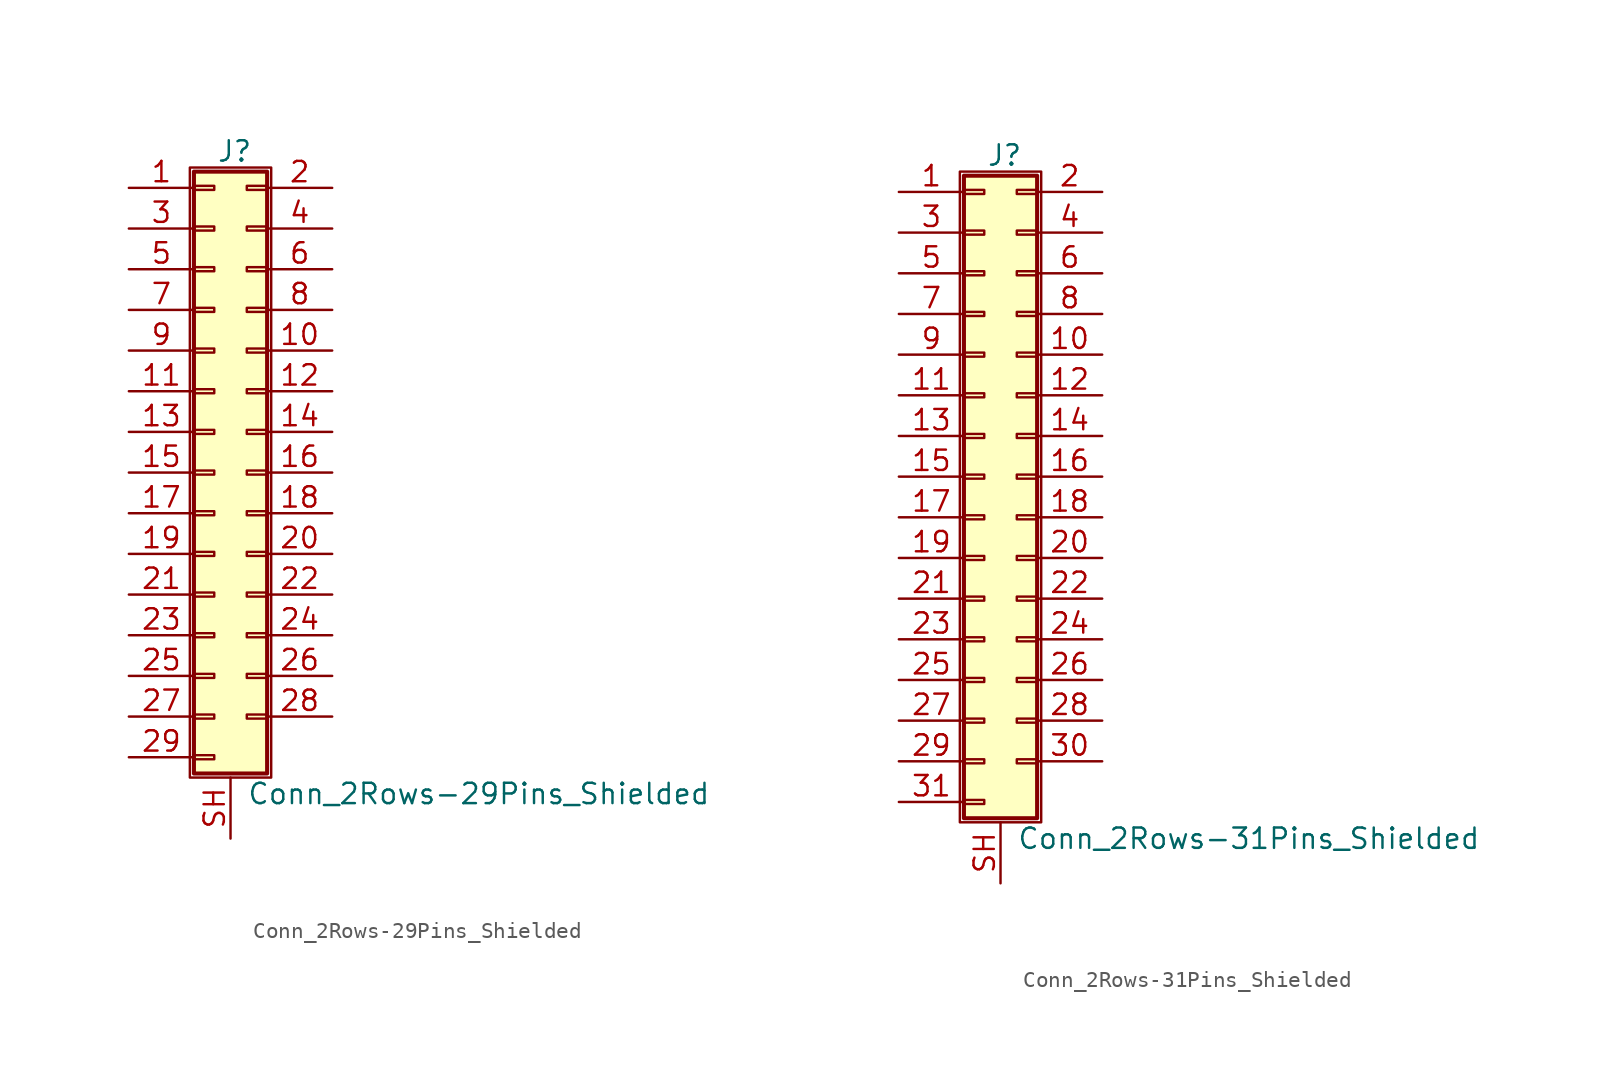
<source format=kicad_sym>
(kicad_symbol_lib
  (version 20201005)
  (generator kicad_symbol_editor)
  (symbol "Conn_2Rows-29Pins_Shielded"
    (pin_names
      (offset 1.016) hide)
    (property "Reference" "J"
      (at 1.524 20.066 0)
      (effects (font (size 1.27 1.27))))
    (property "Value" "Conn_2Rows-29Pins_Shielded"
      (at 2.286 -20.066 0)
      (effects (font (size 1.27 1.27)) (justify left)))
    (symbol "Conn_2Rows-29Pins_Shielded_1_1"
      (rectangle (start -1.27 19.05) (end 3.81 -19.05) (stroke (width 0.152)) (fill (type none)))
      (rectangle (start -1.016 -17.653) (end 0.254 -17.907) (stroke (width 0.152)) (fill (type none)))
      (rectangle (start -1.016 -15.113) (end 0.254 -15.367) (stroke (width 0.152)) (fill (type none)))
      (rectangle (start -1.016 -12.573) (end 0.254 -12.827) (stroke (width 0.152)) (fill (type none)))
      (rectangle (start -1.016 -10.033) (end 0.254 -10.287) (stroke (width 0.152)) (fill (type none)))
      (rectangle (start -1.016 -7.493) (end 0.254 -7.747) (stroke (width 0.152)) (fill (type none)))
      (rectangle (start -1.016 -4.953) (end 0.254 -5.207) (stroke (width 0.152)) (fill (type none)))
      (rectangle (start -1.016 -2.413) (end 0.254 -2.667) (stroke (width 0.152)) (fill (type none)))
      (rectangle (start -1.016 0.127) (end 0.254 -0.127) (stroke (width 0.152)) (fill (type none)))
      (rectangle (start -1.016 2.667) (end 0.254 2.413) (stroke (width 0.152)) (fill (type none)))
      (rectangle (start -1.016 5.207) (end 0.254 4.953) (stroke (width 0.152)) (fill (type none)))
      (rectangle (start -1.016 7.747) (end 0.254 7.493) (stroke (width 0.152)) (fill (type none)))
      (rectangle (start -1.016 10.287) (end 0.254 10.033) (stroke (width 0.152)) (fill (type none)))
      (rectangle (start -1.016 12.827) (end 0.254 12.573) (stroke (width 0.152)) (fill (type none)))
      (rectangle (start -1.016 15.367) (end 0.254 15.113) (stroke (width 0.152)) (fill (type none)))
      (rectangle (start -1.016 17.907) (end 0.254 17.653) (stroke (width 0.152)) (fill (type none)))
      (rectangle (start 3.556 -15.113) (end 2.286 -15.367) (stroke (width 0.152)) (fill (type none)))
      (rectangle (start 3.556 -12.573) (end 2.286 -12.827) (stroke (width 0.152)) (fill (type none)))
      (rectangle (start 3.556 -10.033) (end 2.286 -10.287) (stroke (width 0.152)) (fill (type none)))
      (rectangle (start 3.556 -7.493) (end 2.286 -7.747) (stroke (width 0.152)) (fill (type none)))
      (rectangle (start 3.556 -4.953) (end 2.286 -5.207) (stroke (width 0.152)) (fill (type none)))
      (rectangle (start 3.556 -2.413) (end 2.286 -2.667) (stroke (width 0.152)) (fill (type none)))
      (rectangle (start 3.556 0.127) (end 2.286 -0.127) (stroke (width 0.152)) (fill (type none)))
      (rectangle (start 3.556 2.667) (end 2.286 2.413) (stroke (width 0.152)) (fill (type none)))
      (rectangle (start 3.556 5.207) (end 2.286 4.953) (stroke (width 0.152)) (fill (type none)))
      (rectangle (start 3.556 7.747) (end 2.286 7.493) (stroke (width 0.152)) (fill (type none)))
      (rectangle (start 3.556 10.287) (end 2.286 10.033) (stroke (width 0.152)) (fill (type none)))
      (rectangle (start 3.556 12.827) (end 2.286 12.573) (stroke (width 0.152)) (fill (type none)))
      (rectangle (start 3.556 15.367) (end 2.286 15.113) (stroke (width 0.152)) (fill (type none)))
      (rectangle (start 3.556 17.907) (end 2.286 17.653) (stroke (width 0.152)) (fill (type none)))
      (rectangle (start -1.016 18.796) (end 3.556 -18.796) (stroke (width 0.254)) (fill (type background)))
      (pin passive line (at -5.08 17.78 0) (length 4.064) (name "Pin_1" (effects (font (size 1.27 1.27)))) (number "1" (effects (font (size 1.27 1.27)))))
      (pin passive line (at 7.62 7.62 180) (length 4.064) (name "Pin_10" (effects (font (size 1.27 1.27)))) (number "10" (effects (font (size 1.27 1.27)))))
      (pin passive line (at -5.08 5.08 0) (length 4.064) (name "Pin_11" (effects (font (size 1.27 1.27)))) (number "11" (effects (font (size 1.27 1.27)))))
      (pin passive line (at 7.62 5.08 180) (length 4.064) (name "Pin_12" (effects (font (size 1.27 1.27)))) (number "12" (effects (font (size 1.27 1.27)))))
      (pin passive line (at -5.08 2.54 0) (length 4.064) (name "Pin_13" (effects (font (size 1.27 1.27)))) (number "13" (effects (font (size 1.27 1.27)))))
      (pin passive line (at 7.62 2.54 180) (length 4.064) (name "Pin_14" (effects (font (size 1.27 1.27)))) (number "14" (effects (font (size 1.27 1.27)))))
      (pin passive line (at -5.08 0 0) (length 4.064) (name "Pin_15" (effects (font (size 1.27 1.27)))) (number "15" (effects (font (size 1.27 1.27)))))
      (pin passive line (at 7.62 0 180) (length 4.064) (name "Pin_16" (effects (font (size 1.27 1.27)))) (number "16" (effects (font (size 1.27 1.27)))))
      (pin passive line (at -5.08 -2.54 0) (length 4.064) (name "Pin_17" (effects (font (size 1.27 1.27)))) (number "17" (effects (font (size 1.27 1.27)))))
      (pin passive line (at 7.62 -2.54 180) (length 4.064) (name "Pin_18" (effects (font (size 1.27 1.27)))) (number "18" (effects (font (size 1.27 1.27)))))
      (pin passive line (at -5.08 -5.08 0) (length 4.064) (name "Pin_19" (effects (font (size 1.27 1.27)))) (number "19" (effects (font (size 1.27 1.27)))))
      (pin passive line (at 7.62 17.78 180) (length 4.064) (name "Pin_2" (effects (font (size 1.27 1.27)))) (number "2" (effects (font (size 1.27 1.27)))))
      (pin passive line (at 7.62 -5.08 180) (length 4.064) (name "Pin_20" (effects (font (size 1.27 1.27)))) (number "20" (effects (font (size 1.27 1.27)))))
      (pin passive line (at -5.08 -7.62 0) (length 4.064) (name "Pin_21" (effects (font (size 1.27 1.27)))) (number "21" (effects (font (size 1.27 1.27)))))
      (pin passive line (at 7.62 -7.62 180) (length 4.064) (name "Pin_22" (effects (font (size 1.27 1.27)))) (number "22" (effects (font (size 1.27 1.27)))))
      (pin passive line (at -5.08 -10.16 0) (length 4.064) (name "Pin_23" (effects (font (size 1.27 1.27)))) (number "23" (effects (font (size 1.27 1.27)))))
      (pin passive line (at 7.62 -10.16 180) (length 4.064) (name "Pin_24" (effects (font (size 1.27 1.27)))) (number "24" (effects (font (size 1.27 1.27)))))
      (pin passive line (at -5.08 -12.7 0) (length 4.064) (name "Pin_25" (effects (font (size 1.27 1.27)))) (number "25" (effects (font (size 1.27 1.27)))))
      (pin passive line (at 7.62 -12.7 180) (length 4.064) (name "Pin_26" (effects (font (size 1.27 1.27)))) (number "26" (effects (font (size 1.27 1.27)))))
      (pin passive line (at -5.08 -15.24 0) (length 4.064) (name "Pin_27" (effects (font (size 1.27 1.27)))) (number "27" (effects (font (size 1.27 1.27)))))
      (pin passive line (at 7.62 -15.24 180) (length 4.064) (name "Pin_28" (effects (font (size 1.27 1.27)))) (number "28" (effects (font (size 1.27 1.27)))))
      (pin passive line (at -5.08 -17.78 0) (length 4.064) (name "Pin_29" (effects (font (size 1.27 1.27)))) (number "29" (effects (font (size 1.27 1.27)))))
      (pin passive line (at -5.08 15.24 0) (length 4.064) (name "Pin_3" (effects (font (size 1.27 1.27)))) (number "3" (effects (font (size 1.27 1.27)))))
      (pin passive line (at 7.62 15.24 180) (length 4.064) (name "Pin_4" (effects (font (size 1.27 1.27)))) (number "4" (effects (font (size 1.27 1.27)))))
      (pin passive line (at -5.08 12.7 0) (length 4.064) (name "Pin_5" (effects (font (size 1.27 1.27)))) (number "5" (effects (font (size 1.27 1.27)))))
      (pin passive line (at 7.62 12.7 180) (length 4.064) (name "Pin_6" (effects (font (size 1.27 1.27)))) (number "6" (effects (font (size 1.27 1.27)))))
      (pin passive line (at -5.08 10.16 0) (length 4.064) (name "Pin_7" (effects (font (size 1.27 1.27)))) (number "7" (effects (font (size 1.27 1.27)))))
      (pin passive line (at 7.62 10.16 180) (length 4.064) (name "Pin_8" (effects (font (size 1.27 1.27)))) (number "8" (effects (font (size 1.27 1.27)))))
      (pin passive line (at -5.08 7.62 0) (length 4.064) (name "Pin_9" (effects (font (size 1.27 1.27)))) (number "9" (effects (font (size 1.27 1.27)))))
      (pin passive line (at 1.27 -22.86 90) (length 3.81) (name "Shield" (effects (font (size 1.27 1.27)))) (number "SH" (effects (font (size 1.27 1.27)))))))
  (symbol "Conn_2Rows-31Pins_Shielded"
    (pin_names
      (offset 1.016) hide)
    (property "Reference" "J"
      (at 1.524 20.066 0)
      (effects (font (size 1.27 1.27))))
    (property "Value" "Conn_2Rows-31Pins_Shielded"
      (at 2.286 -22.606 0)
      (effects (font (size 1.27 1.27)) (justify left)))
    (symbol "Conn_2Rows-31Pins_Shielded_1_1"
      (rectangle (start -1.27 19.05) (end 3.81 -21.59) (stroke (width 0.152)) (fill (type none)))
      (rectangle (start -1.016 -20.193) (end 0.254 -20.447) (stroke (width 0.152)) (fill (type none)))
      (rectangle (start -1.016 -17.653) (end 0.254 -17.907) (stroke (width 0.152)) (fill (type none)))
      (rectangle (start -1.016 -15.113) (end 0.254 -15.367) (stroke (width 0.152)) (fill (type none)))
      (rectangle (start -1.016 -12.573) (end 0.254 -12.827) (stroke (width 0.152)) (fill (type none)))
      (rectangle (start -1.016 -10.033) (end 0.254 -10.287) (stroke (width 0.152)) (fill (type none)))
      (rectangle (start -1.016 -7.493) (end 0.254 -7.747) (stroke (width 0.152)) (fill (type none)))
      (rectangle (start -1.016 -4.953) (end 0.254 -5.207) (stroke (width 0.152)) (fill (type none)))
      (rectangle (start -1.016 -2.413) (end 0.254 -2.667) (stroke (width 0.152)) (fill (type none)))
      (rectangle (start -1.016 0.127) (end 0.254 -0.127) (stroke (width 0.152)) (fill (type none)))
      (rectangle (start -1.016 2.667) (end 0.254 2.413) (stroke (width 0.152)) (fill (type none)))
      (rectangle (start -1.016 5.207) (end 0.254 4.953) (stroke (width 0.152)) (fill (type none)))
      (rectangle (start -1.016 7.747) (end 0.254 7.493) (stroke (width 0.152)) (fill (type none)))
      (rectangle (start -1.016 10.287) (end 0.254 10.033) (stroke (width 0.152)) (fill (type none)))
      (rectangle (start -1.016 12.827) (end 0.254 12.573) (stroke (width 0.152)) (fill (type none)))
      (rectangle (start -1.016 15.367) (end 0.254 15.113) (stroke (width 0.152)) (fill (type none)))
      (rectangle (start -1.016 17.907) (end 0.254 17.653) (stroke (width 0.152)) (fill (type none)))
      (rectangle (start 3.556 -17.653) (end 2.286 -17.907) (stroke (width 0.152)) (fill (type none)))
      (rectangle (start 3.556 -15.113) (end 2.286 -15.367) (stroke (width 0.152)) (fill (type none)))
      (rectangle (start 3.556 -12.573) (end 2.286 -12.827) (stroke (width 0.152)) (fill (type none)))
      (rectangle (start 3.556 -10.033) (end 2.286 -10.287) (stroke (width 0.152)) (fill (type none)))
      (rectangle (start 3.556 -7.493) (end 2.286 -7.747) (stroke (width 0.152)) (fill (type none)))
      (rectangle (start 3.556 -4.953) (end 2.286 -5.207) (stroke (width 0.152)) (fill (type none)))
      (rectangle (start 3.556 -2.413) (end 2.286 -2.667) (stroke (width 0.152)) (fill (type none)))
      (rectangle (start 3.556 0.127) (end 2.286 -0.127) (stroke (width 0.152)) (fill (type none)))
      (rectangle (start 3.556 2.667) (end 2.286 2.413) (stroke (width 0.152)) (fill (type none)))
      (rectangle (start 3.556 5.207) (end 2.286 4.953) (stroke (width 0.152)) (fill (type none)))
      (rectangle (start 3.556 7.747) (end 2.286 7.493) (stroke (width 0.152)) (fill (type none)))
      (rectangle (start 3.556 10.287) (end 2.286 10.033) (stroke (width 0.152)) (fill (type none)))
      (rectangle (start 3.556 12.827) (end 2.286 12.573) (stroke (width 0.152)) (fill (type none)))
      (rectangle (start 3.556 15.367) (end 2.286 15.113) (stroke (width 0.152)) (fill (type none)))
      (rectangle (start 3.556 17.907) (end 2.286 17.653) (stroke (width 0.152)) (fill (type none)))
      (rectangle (start -1.016 18.796) (end 3.556 -21.336) (stroke (width 0.254)) (fill (type background)))
      (pin passive line (at -5.08 17.78 0) (length 4.064) (name "Pin_1" (effects (font (size 1.27 1.27)))) (number "1" (effects (font (size 1.27 1.27)))))
      (pin passive line (at 7.62 7.62 180) (length 4.064) (name "Pin_10" (effects (font (size 1.27 1.27)))) (number "10" (effects (font (size 1.27 1.27)))))
      (pin passive line (at -5.08 5.08 0) (length 4.064) (name "Pin_11" (effects (font (size 1.27 1.27)))) (number "11" (effects (font (size 1.27 1.27)))))
      (pin passive line (at 7.62 5.08 180) (length 4.064) (name "Pin_12" (effects (font (size 1.27 1.27)))) (number "12" (effects (font (size 1.27 1.27)))))
      (pin passive line (at -5.08 2.54 0) (length 4.064) (name "Pin_13" (effects (font (size 1.27 1.27)))) (number "13" (effects (font (size 1.27 1.27)))))
      (pin passive line (at 7.62 2.54 180) (length 4.064) (name "Pin_14" (effects (font (size 1.27 1.27)))) (number "14" (effects (font (size 1.27 1.27)))))
      (pin passive line (at -5.08 0 0) (length 4.064) (name "Pin_15" (effects (font (size 1.27 1.27)))) (number "15" (effects (font (size 1.27 1.27)))))
      (pin passive line (at 7.62 0 180) (length 4.064) (name "Pin_16" (effects (font (size 1.27 1.27)))) (number "16" (effects (font (size 1.27 1.27)))))
      (pin passive line (at -5.08 -2.54 0) (length 4.064) (name "Pin_17" (effects (font (size 1.27 1.27)))) (number "17" (effects (font (size 1.27 1.27)))))
      (pin passive line (at 7.62 -2.54 180) (length 4.064) (name "Pin_18" (effects (font (size 1.27 1.27)))) (number "18" (effects (font (size 1.27 1.27)))))
      (pin passive line (at -5.08 -5.08 0) (length 4.064) (name "Pin_19" (effects (font (size 1.27 1.27)))) (number "19" (effects (font (size 1.27 1.27)))))
      (pin passive line (at 7.62 17.78 180) (length 4.064) (name "Pin_2" (effects (font (size 1.27 1.27)))) (number "2" (effects (font (size 1.27 1.27)))))
      (pin passive line (at 7.62 -5.08 180) (length 4.064) (name "Pin_20" (effects (font (size 1.27 1.27)))) (number "20" (effects (font (size 1.27 1.27)))))
      (pin passive line (at -5.08 -7.62 0) (length 4.064) (name "Pin_21" (effects (font (size 1.27 1.27)))) (number "21" (effects (font (size 1.27 1.27)))))
      (pin passive line (at 7.62 -7.62 180) (length 4.064) (name "Pin_22" (effects (font (size 1.27 1.27)))) (number "22" (effects (font (size 1.27 1.27)))))
      (pin passive line (at -5.08 -10.16 0) (length 4.064) (name "Pin_23" (effects (font (size 1.27 1.27)))) (number "23" (effects (font (size 1.27 1.27)))))
      (pin passive line (at 7.62 -10.16 180) (length 4.064) (name "Pin_24" (effects (font (size 1.27 1.27)))) (number "24" (effects (font (size 1.27 1.27)))))
      (pin passive line (at -5.08 -12.7 0) (length 4.064) (name "Pin_25" (effects (font (size 1.27 1.27)))) (number "25" (effects (font (size 1.27 1.27)))))
      (pin passive line (at 7.62 -12.7 180) (length 4.064) (name "Pin_26" (effects (font (size 1.27 1.27)))) (number "26" (effects (font (size 1.27 1.27)))))
      (pin passive line (at -5.08 -15.24 0) (length 4.064) (name "Pin_27" (effects (font (size 1.27 1.27)))) (number "27" (effects (font (size 1.27 1.27)))))
      (pin passive line (at 7.62 -15.24 180) (length 4.064) (name "Pin_28" (effects (font (size 1.27 1.27)))) (number "28" (effects (font (size 1.27 1.27)))))
      (pin passive line (at -5.08 -17.78 0) (length 4.064) (name "Pin_29" (effects (font (size 1.27 1.27)))) (number "29" (effects (font (size 1.27 1.27)))))
      (pin passive line (at -5.08 15.24 0) (length 4.064) (name "Pin_3" (effects (font (size 1.27 1.27)))) (number "3" (effects (font (size 1.27 1.27)))))
      (pin passive line (at 7.62 -17.78 180) (length 4.064) (name "Pin_30" (effects (font (size 1.27 1.27)))) (number "30" (effects (font (size 1.27 1.27)))))
      (pin passive line (at -5.08 -20.32 0) (length 4.064) (name "Pin_31" (effects (font (size 1.27 1.27)))) (number "31" (effects (font (size 1.27 1.27)))))
      (pin passive line (at 7.62 15.24 180) (length 4.064) (name "Pin_4" (effects (font (size 1.27 1.27)))) (number "4" (effects (font (size 1.27 1.27)))))
      (pin passive line (at -5.08 12.7 0) (length 4.064) (name "Pin_5" (effects (font (size 1.27 1.27)))) (number "5" (effects (font (size 1.27 1.27)))))
      (pin passive line (at 7.62 12.7 180) (length 4.064) (name "Pin_6" (effects (font (size 1.27 1.27)))) (number "6" (effects (font (size 1.27 1.27)))))
      (pin passive line (at -5.08 10.16 0) (length 4.064) (name "Pin_7" (effects (font (size 1.27 1.27)))) (number "7" (effects (font (size 1.27 1.27)))))
      (pin passive line (at 7.62 10.16 180) (length 4.064) (name "Pin_8" (effects (font (size 1.27 1.27)))) (number "8" (effects (font (size 1.27 1.27)))))
      (pin passive line (at -5.08 7.62 0) (length 4.064) (name "Pin_9" (effects (font (size 1.27 1.27)))) (number "9" (effects (font (size 1.27 1.27)))))
      (pin passive line (at 1.27 -25.4 90) (length 3.81) (name "Shield" (effects (font (size 1.27 1.27)))) (number "SH" (effects (font (size 1.27 1.27))))))))
</source>
